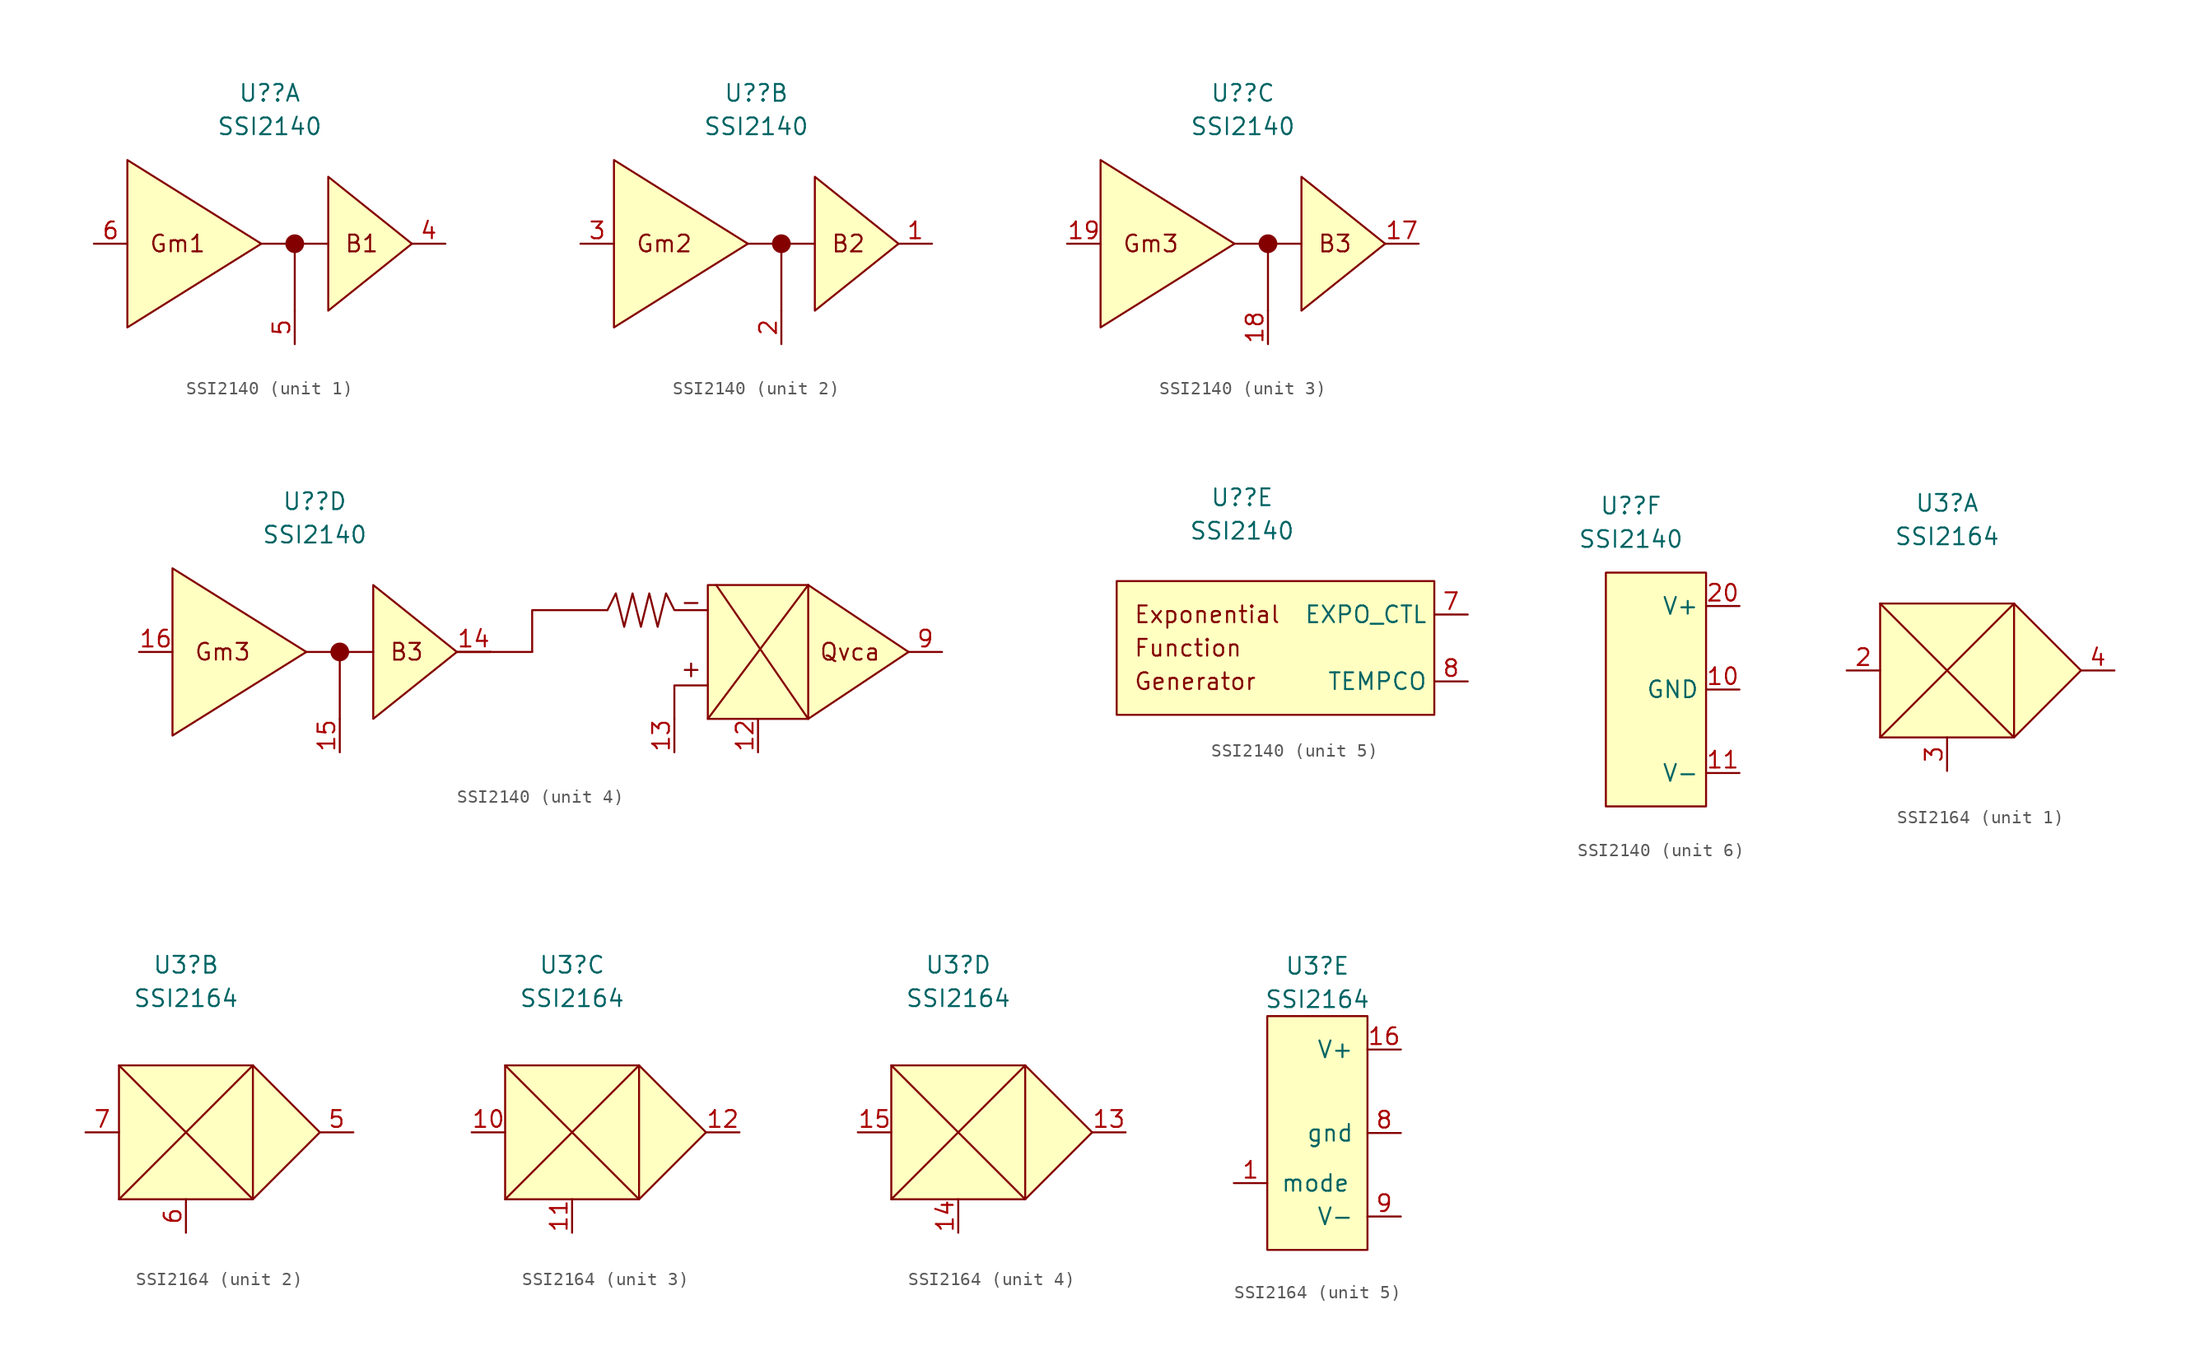
<source format=kicad_sym>
(kicad_symbol_lib
  (version 20211014)
  (generator kicad_symbol_editor)
  (symbol "SSI2140"
    (property "Reference" "U?"
      (at -1.905 11.43 0)
      (effects (font (size 1.27 1.27))))
    (property "Value" "SSI2140"
      (at -1.905 8.89 0)
      (effects (font (size 1.27 1.27))))
    (property "ki_locked" ""
      (at 0 0 0)
      (effects (font (size 1.27 1.27))))
    (symbol "SSI2140_1_0"
      (polyline (pts (xy 0 0) (xy -2.54 0)) (stroke (width 0) (type default) (color 0 0 0 0)) (fill (type none)))
      (polyline (pts (xy 0 -5.08) (xy 0 0) (xy 2.54 0)) (stroke (width 0) (type default) (color 0 0 0 0)) (fill (type none)))
      (polyline (pts (xy -2.54 0) (xy -12.7 6.35) (xy -12.7 -6.35) (xy -2.54 0)) (stroke (width 0) (type default) (color 0 0 0 0)) (fill (type background)))
      (text "B1" (at 5.08 0 0) (effects (font (size 1.27 1.27))))
      (text "Gm1" (at -8.89 0 0) (effects (font (size 1.27 1.27)))))
    (symbol "SSI2140_1_1"
      (polyline (pts (xy 8.89 0) (xy 2.54 5.08) (xy 2.54 -5.08) (xy 8.89 0)) (stroke (width 0) (type default) (color 0 0 0 0)) (fill (type background)))
      (circle (center 0 0) (radius 0.635) (stroke (width 0) (type default) (color 0 0 0 0)) (fill (type outline)))
      (pin output line (at 11.43 0 180) (length 2.54) (name "" (effects (font (size 1.27 1.27)))) (number "4" (effects (font (size 1.27 1.27)))))
      (pin input line (at 0 -7.62 90) (length 2.54) (name "" (effects (font (size 1.27 1.27)))) (number "5" (effects (font (size 1.27 1.27)))))
      (pin input line (at -15.24 0 0) (length 2.54) (name "" (effects (font (size 1.27 1.27)))) (number "6" (effects (font (size 1.27 1.27))))))
    (symbol "SSI2140_2_0"
      (polyline (pts (xy 0 0) (xy -2.54 0)) (stroke (width 0) (type default) (color 0 0 0 0)) (fill (type none)))
      (polyline (pts (xy 0 -5.08) (xy 0 0) (xy 2.54 0)) (stroke (width 0) (type default) (color 0 0 0 0)) (fill (type none)))
      (polyline (pts (xy -2.54 0) (xy -12.7 6.35) (xy -12.7 -6.35) (xy -2.54 0)) (stroke (width 0) (type default) (color 0 0 0 0)) (fill (type background)))
      (text "B2" (at 5.08 0 0) (effects (font (size 1.27 1.27))))
      (text "Gm2" (at -8.89 0 0) (effects (font (size 1.27 1.27)))))
    (symbol "SSI2140_2_1"
      (polyline (pts (xy 8.89 0) (xy 2.54 5.08) (xy 2.54 -5.08) (xy 8.89 0)) (stroke (width 0) (type default) (color 0 0 0 0)) (fill (type background)))
      (circle (center 0 0) (radius 0.635) (stroke (width 0) (type default) (color 0 0 0 0)) (fill (type outline)))
      (pin output line (at 11.43 0 180) (length 2.54) (name "" (effects (font (size 1.27 1.27)))) (number "1" (effects (font (size 1.27 1.27)))))
      (pin input line (at 0 -7.62 90) (length 2.54) (name "" (effects (font (size 1.27 1.27)))) (number "2" (effects (font (size 1.27 1.27)))))
      (pin input line (at -15.24 0 0) (length 2.54) (name "" (effects (font (size 1.27 1.27)))) (number "3" (effects (font (size 1.27 1.27))))))
    (symbol "SSI2140_3_0"
      (polyline (pts (xy 0 0) (xy -2.54 0)) (stroke (width 0) (type default) (color 0 0 0 0)) (fill (type none)))
      (polyline (pts (xy 0 -5.08) (xy 0 0) (xy 2.54 0)) (stroke (width 0) (type default) (color 0 0 0 0)) (fill (type none)))
      (polyline (pts (xy -2.54 0) (xy -12.7 6.35) (xy -12.7 -6.35) (xy -2.54 0)) (stroke (width 0) (type default) (color 0 0 0 0)) (fill (type background)))
      (text "B3" (at 5.08 0 0) (effects (font (size 1.27 1.27))))
      (text "Gm3" (at -8.89 0 0) (effects (font (size 1.27 1.27)))))
    (symbol "SSI2140_3_1"
      (polyline (pts (xy 8.89 0) (xy 2.54 5.08) (xy 2.54 -5.08) (xy 8.89 0)) (stroke (width 0) (type default) (color 0 0 0 0)) (fill (type background)))
      (circle (center 0 0) (radius 0.635) (stroke (width 0) (type default) (color 0 0 0 0)) (fill (type outline)))
      (pin output line (at 11.43 0 180) (length 2.54) (name "" (effects (font (size 1.27 1.27)))) (number "17" (effects (font (size 1.27 1.27)))))
      (pin input line (at 0 -7.62 90) (length 2.54) (name "" (effects (font (size 1.27 1.27)))) (number "18" (effects (font (size 1.27 1.27)))))
      (pin input line (at -15.24 0 0) (length 2.54) (name "" (effects (font (size 1.27 1.27)))) (number "19" (effects (font (size 1.27 1.27))))))
    (symbol "SSI2140_4_0"
      (polyline (pts (xy 0 0) (xy -2.54 0)) (stroke (width 0) (type default) (color 0 0 0 0)) (fill (type none)))
      (polyline (pts (xy 27.94 -5.08) (xy 35.56 5.08)) (stroke (width 0) (type default) (color 0 0 0 0)) (fill (type none)))
      (polyline (pts (xy 35.56 -5.08) (xy 28.575 5.08)) (stroke (width 0) (type default) (color 0 0 0 0)) (fill (type none)))
      (polyline (pts (xy 0 -5.08) (xy 0 0) (xy 2.54 0)) (stroke (width 0) (type default) (color 0 0 0 0)) (fill (type none)))
      (polyline (pts (xy 11.43 0) (xy 11.43 0) (xy 8.89 0)) (stroke (width 0) (type default) (color 0 0 0 0)) (fill (type none)))
      (polyline (pts (xy 20.32 3.175) (xy 14.605 3.175) (xy 14.605 0)) (stroke (width 0) (type default) (color 0 0 0 0)) (fill (type none)))
      (polyline (pts (xy 25.4 -5.08) (xy 25.4 -2.54) (xy 27.94 -2.54)) (stroke (width 0) (type default) (color 0 0 0 0)) (fill (type none)))
      (polyline (pts (xy -2.54 0) (xy -12.7 6.35) (xy -12.7 -6.35) (xy -2.54 0)) (stroke (width 0) (type default) (color 0 0 0 0)) (fill (type background)))
      (polyline (pts (xy 35.56 5.08) (xy 27.94 5.08) (xy 27.94 -5.08) (xy 35.56 -5.08)) (stroke (width 0) (type default) (color 0 0 0 0)) (fill (type background)))
      (polyline (pts (xy 43.18 0) (xy 35.56 5.08) (xy 35.56 -5.08) (xy 43.18 0)) (stroke (width 0) (type default) (color 0 0 0 0)) (fill (type background)))
      (polyline (pts (xy 20.32 3.175) (xy 20.955 4.445) (xy 21.59 1.905) (xy 22.225 4.445) (xy 22.86 1.905) (xy 23.495 4.445) (xy 24.13 1.905) (xy 24.765 4.445) (xy 25.4 3.175) (xy 27.94 3.175)) (stroke (width 0) (type default) (color 0 0 0 0)) (fill (type none)))
      (text "+" (at 26.67 -1.27 0) (effects (font (size 1.27 1.27))))
      (text "-" (at 26.67 3.81 0) (effects (font (size 1.27 1.27))))
      (text "B3" (at 5.08 0 0) (effects (font (size 1.27 1.27))))
      (text "Gm3" (at -8.89 0 0) (effects (font (size 1.27 1.27))))
      (text "Qvca" (at 38.735 0 0) (effects (font (size 1.27 1.27)))))
    (symbol "SSI2140_4_1"
      (polyline (pts (xy 11.43 0) (xy 14.605 0)) (stroke (width 0) (type default) (color 0 0 0 0)) (fill (type none)))
      (polyline (pts (xy 8.89 0) (xy 2.54 5.08) (xy 2.54 -5.08) (xy 8.89 0)) (stroke (width 0) (type default) (color 0 0 0 0)) (fill (type background)))
      (circle (center 0 0) (radius 0.635) (stroke (width 0) (type default) (color 0 0 0 0)) (fill (type outline)))
      (pin input line (at 31.75 -7.62 90) (length 2.54) (name "" (effects (font (size 1.27 1.27)))) (number "12" (effects (font (size 1.27 1.27)))))
      (pin input line (at 25.4 -7.62 90) (length 2.54) (name "" (effects (font (size 1.27 1.27)))) (number "13" (effects (font (size 1.27 1.27)))))
      (pin output line (at 11.43 0 180) (length 2.54) (name "" (effects (font (size 1.27 1.27)))) (number "14" (effects (font (size 1.27 1.27)))))
      (pin input line (at 0 -7.62 90) (length 2.54) (name "" (effects (font (size 1.27 1.27)))) (number "15" (effects (font (size 1.27 1.27)))))
      (pin input line (at -15.24 0 0) (length 2.54) (name "" (effects (font (size 1.27 1.27)))) (number "16" (effects (font (size 1.27 1.27)))))
      (pin output line (at 45.72 0 180) (length 2.54) (name "" (effects (font (size 1.27 1.27)))) (number "9" (effects (font (size 1.27 1.27))))))
    (symbol "SSI2140_5_0"
      (text "Exponential" (at -10.16 2.54 0) (effects (font (size 1.27 1.27)) (justify left)))
      (text "Function" (at -10.16 0 0) (effects (font (size 1.27 1.27)) (justify left)))
      (text "Generator" (at -10.16 -2.54 0) (effects (font (size 1.27 1.27)) (justify left))))
    (symbol "SSI2140_5_1"
      (rectangle (start -11.43 5.08) (end 12.7 -5.08) (stroke (width 0) (type default) (color 0 0 0 0)) (fill (type background)))
      (pin input line (at 15.24 2.54 180) (length 2.54) (name "EXPO_CTL" (effects (font (size 1.27 1.27)))) (number "7" (effects (font (size 1.27 1.27)))))
      (pin input line (at 15.24 -2.54 180) (length 2.54) (name "TEMPCO" (effects (font (size 1.27 1.27)))) (number "8" (effects (font (size 1.27 1.27))))))
    (symbol "SSI2140_6_0"
      (rectangle (start -3.81 6.35) (end 3.81 -11.43) (stroke (width 0) (type default) (color 0 0 0 0)) (fill (type background))))
    (symbol "SSI2140_6_1"
      (pin power_in line (at 6.35 -2.54 180) (length 2.54) (name "GND" (effects (font (size 1.27 1.27)))) (number "10" (effects (font (size 1.27 1.27)))))
      (pin power_in line (at 6.35 -8.89 180) (length 2.54) (name "V-" (effects (font (size 1.27 1.27)))) (number "11" (effects (font (size 1.27 1.27)))))
      (pin power_in line (at 6.35 3.81 180) (length 2.54) (name "V+" (effects (font (size 1.27 1.27)))) (number "20" (effects (font (size 1.27 1.27)))))))
  (symbol "SSI2164"
    (pin_names
      (offset 1.016))
    (property "Reference" "U3"
      (at 0 12.7 0)
      (effects (font (size 1.27 1.27))))
    (property "Value" "SSI2164"
      (at 0 10.16 0)
      (effects (font (size 1.27 1.27))))
    (property "ki_locked" ""
      (at 0 0 0)
      (effects (font (size 1.27 1.27))))
    (symbol "SSI2164_1_1"
      (rectangle (start -5.08 5.08) (end 5.08 -5.08) (stroke (width 0) (type default) (color 0 0 0 0)) (fill (type background)))
      (polyline (pts (xy 5.08 5.08) (xy -5.08 -5.08)) (stroke (width 0) (type default) (color 0 0 0 0)) (fill (type none)))
      (polyline (pts (xy 5.08 5.08) (xy 10.16 0) (xy 5.08 -5.08) (xy -5.08 5.08)) (stroke (width 0) (type default) (color 0 0 0 0)) (fill (type background)))
      (pin input line (at -7.62 0 0) (length 2.54) (name "~" (effects (font (size 1.27 1.27)))) (number "2" (effects (font (size 1.27 1.27)))))
      (pin input line (at 0 -7.62 90) (length 2.54) (name "~" (effects (font (size 1.27 1.27)))) (number "3" (effects (font (size 1.27 1.27)))))
      (pin output line (at 12.7 0 180) (length 2.54) (name "~" (effects (font (size 1.27 1.27)))) (number "4" (effects (font (size 1.27 1.27))))))
    (symbol "SSI2164_2_1"
      (rectangle (start -5.08 5.08) (end 5.08 -5.08) (stroke (width 0) (type default) (color 0 0 0 0)) (fill (type background)))
      (polyline (pts (xy 5.08 5.08) (xy -5.08 -5.08)) (stroke (width 0) (type default) (color 0 0 0 0)) (fill (type none)))
      (polyline (pts (xy 5.08 5.08) (xy 10.16 0) (xy 5.08 -5.08) (xy -5.08 5.08)) (stroke (width 0) (type default) (color 0 0 0 0)) (fill (type background)))
      (pin output line (at 12.7 0 180) (length 2.54) (name "~" (effects (font (size 1.27 1.27)))) (number "5" (effects (font (size 1.27 1.27)))))
      (pin input line (at 0 -7.62 90) (length 2.54) (name "~" (effects (font (size 1.27 1.27)))) (number "6" (effects (font (size 1.27 1.27)))))
      (pin input line (at -7.62 0 0) (length 2.54) (name "~" (effects (font (size 1.27 1.27)))) (number "7" (effects (font (size 1.27 1.27))))))
    (symbol "SSI2164_3_1"
      (rectangle (start -5.08 5.08) (end 5.08 -5.08) (stroke (width 0) (type default) (color 0 0 0 0)) (fill (type background)))
      (polyline (pts (xy 5.08 5.08) (xy -5.08 -5.08)) (stroke (width 0) (type default) (color 0 0 0 0)) (fill (type none)))
      (polyline (pts (xy 5.08 5.08) (xy 10.16 0) (xy 5.08 -5.08) (xy -5.08 5.08)) (stroke (width 0) (type default) (color 0 0 0 0)) (fill (type background)))
      (pin input line (at -7.62 0 0) (length 2.54) (name "~" (effects (font (size 1.27 1.27)))) (number "10" (effects (font (size 1.27 1.27)))))
      (pin input line (at 0 -7.62 90) (length 2.54) (name "~" (effects (font (size 1.27 1.27)))) (number "11" (effects (font (size 1.27 1.27)))))
      (pin output line (at 12.7 0 180) (length 2.54) (name "~" (effects (font (size 1.27 1.27)))) (number "12" (effects (font (size 1.27 1.27))))))
    (symbol "SSI2164_4_1"
      (rectangle (start -5.08 5.08) (end 5.08 -5.08) (stroke (width 0) (type default) (color 0 0 0 0)) (fill (type background)))
      (polyline (pts (xy 5.08 5.08) (xy -5.08 -5.08)) (stroke (width 0) (type default) (color 0 0 0 0)) (fill (type none)))
      (polyline (pts (xy 5.08 5.08) (xy 10.16 0) (xy 5.08 -5.08) (xy -5.08 5.08)) (stroke (width 0) (type default) (color 0 0 0 0)) (fill (type background)))
      (pin output line (at 12.7 0 180) (length 2.54) (name "~" (effects (font (size 1.27 1.27)))) (number "13" (effects (font (size 1.27 1.27)))))
      (pin input line (at 0 -7.62 90) (length 2.54) (name "~" (effects (font (size 1.27 1.27)))) (number "14" (effects (font (size 1.27 1.27)))))
      (pin input line (at -7.62 0 0) (length 2.54) (name "~" (effects (font (size 1.27 1.27)))) (number "15" (effects (font (size 1.27 1.27))))))
    (symbol "SSI2164_5_1"
      (rectangle (start -3.81 8.89) (end 3.81 -8.89) (stroke (width 0) (type default) (color 0 0 0 0)) (fill (type background)))
      (pin input line (at -6.35 -3.81 0) (length 2.54) (name "mode" (effects (font (size 1.27 1.27)))) (number "1" (effects (font (size 1.27 1.27)))))
      (pin power_in line (at 6.35 6.35 180) (length 2.54) (name "V+" (effects (font (size 1.27 1.27)))) (number "16" (effects (font (size 1.27 1.27)))))
      (pin power_in line (at 6.35 0 180) (length 2.54) (name "gnd" (effects (font (size 1.27 1.27)))) (number "8" (effects (font (size 1.27 1.27)))))
      (pin power_in line (at 6.35 -6.35 180) (length 2.54) (name "V-" (effects (font (size 1.27 1.27)))) (number "9" (effects (font (size 1.27 1.27))))))))
</source>
